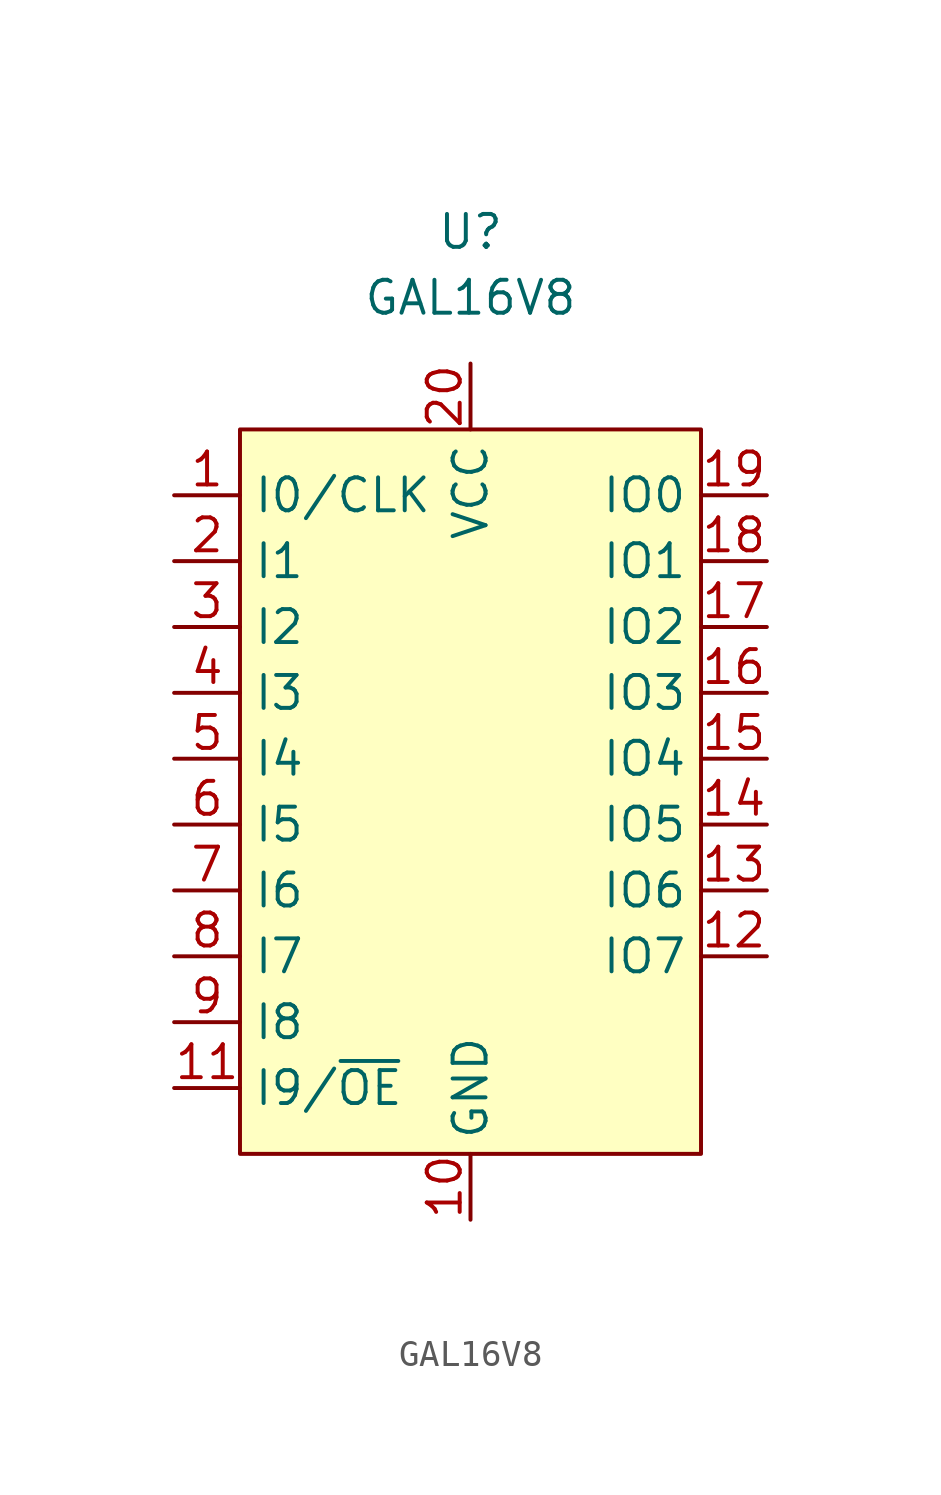
<source format=kicad_sym>
(kicad_symbol_lib
  (version 20220914)
  (generator kicad_symbol_editor)
  (symbol "GAL16V8"
    (property "Reference" "U"
      (at 0 21.59 0)
      (effects (font (size 1.27 1.27))))
    (property "Value" "GAL16V8"
      (at 0 19.05 0)
      (effects (font (size 1.27 1.27))))
    (symbol "GAL16V8_1_1"
      (rectangle (start -8.89 13.97) (end 8.89 -13.97) (stroke (width 0) (type default)) (fill (type background)))
      (pin input line (at -11.43 11.43 0) (length 2.54) (name "I0/CLK" (effects (font (size 1.27 1.27)))) (number "1" (effects (font (size 1.27 1.27)))))
      (pin power_in line (at 0 -16.51 90) (length 2.54) (name "GND" (effects (font (size 1.27 1.27)))) (number "10" (effects (font (size 1.27 1.27)))))
      (pin input line (at -11.43 -11.43 0) (length 2.54) (name "I9/~{OE}" (effects (font (size 1.27 1.27)))) (number "11" (effects (font (size 1.27 1.27)))))
      (pin bidirectional line (at 11.43 -6.35 180) (length 2.54) (name "IO7" (effects (font (size 1.27 1.27)))) (number "12" (effects (font (size 1.27 1.27)))))
      (pin bidirectional line (at 11.43 -3.81 180) (length 2.54) (name "IO6" (effects (font (size 1.27 1.27)))) (number "13" (effects (font (size 1.27 1.27)))))
      (pin bidirectional line (at 11.43 -1.27 180) (length 2.54) (name "IO5" (effects (font (size 1.27 1.27)))) (number "14" (effects (font (size 1.27 1.27)))))
      (pin bidirectional line (at 11.43 1.27 180) (length 2.54) (name "IO4" (effects (font (size 1.27 1.27)))) (number "15" (effects (font (size 1.27 1.27)))))
      (pin bidirectional line (at 11.43 3.81 180) (length 2.54) (name "IO3" (effects (font (size 1.27 1.27)))) (number "16" (effects (font (size 1.27 1.27)))))
      (pin bidirectional line (at 11.43 6.35 180) (length 2.54) (name "IO2" (effects (font (size 1.27 1.27)))) (number "17" (effects (font (size 1.27 1.27)))))
      (pin bidirectional line (at 11.43 8.89 180) (length 2.54) (name "IO1" (effects (font (size 1.27 1.27)))) (number "18" (effects (font (size 1.27 1.27)))))
      (pin bidirectional line (at 11.43 11.43 180) (length 2.54) (name "IO0" (effects (font (size 1.27 1.27)))) (number "19" (effects (font (size 1.27 1.27)))))
      (pin input line (at -11.43 8.89 0) (length 2.54) (name "I1" (effects (font (size 1.27 1.27)))) (number "2" (effects (font (size 1.27 1.27)))))
      (pin power_in line (at 0 16.51 270) (length 2.54) (name "VCC" (effects (font (size 1.27 1.27)))) (number "20" (effects (font (size 1.27 1.27)))))
      (pin input line (at -11.43 6.35 0) (length 2.54) (name "I2" (effects (font (size 1.27 1.27)))) (number "3" (effects (font (size 1.27 1.27)))))
      (pin input line (at -11.43 3.81 0) (length 2.54) (name "I3" (effects (font (size 1.27 1.27)))) (number "4" (effects (font (size 1.27 1.27)))))
      (pin input line (at -11.43 1.27 0) (length 2.54) (name "I4" (effects (font (size 1.27 1.27)))) (number "5" (effects (font (size 1.27 1.27)))))
      (pin input line (at -11.43 -1.27 0) (length 2.54) (name "I5" (effects (font (size 1.27 1.27)))) (number "6" (effects (font (size 1.27 1.27)))))
      (pin input line (at -11.43 -3.81 0) (length 2.54) (name "I6" (effects (font (size 1.27 1.27)))) (number "7" (effects (font (size 1.27 1.27)))))
      (pin input line (at -11.43 -6.35 0) (length 2.54) (name "I7" (effects (font (size 1.27 1.27)))) (number "8" (effects (font (size 1.27 1.27)))))
      (pin input line (at -11.43 -8.89 0) (length 2.54) (name "I8" (effects (font (size 1.27 1.27)))) (number "9" (effects (font (size 1.27 1.27))))))))
</source>
